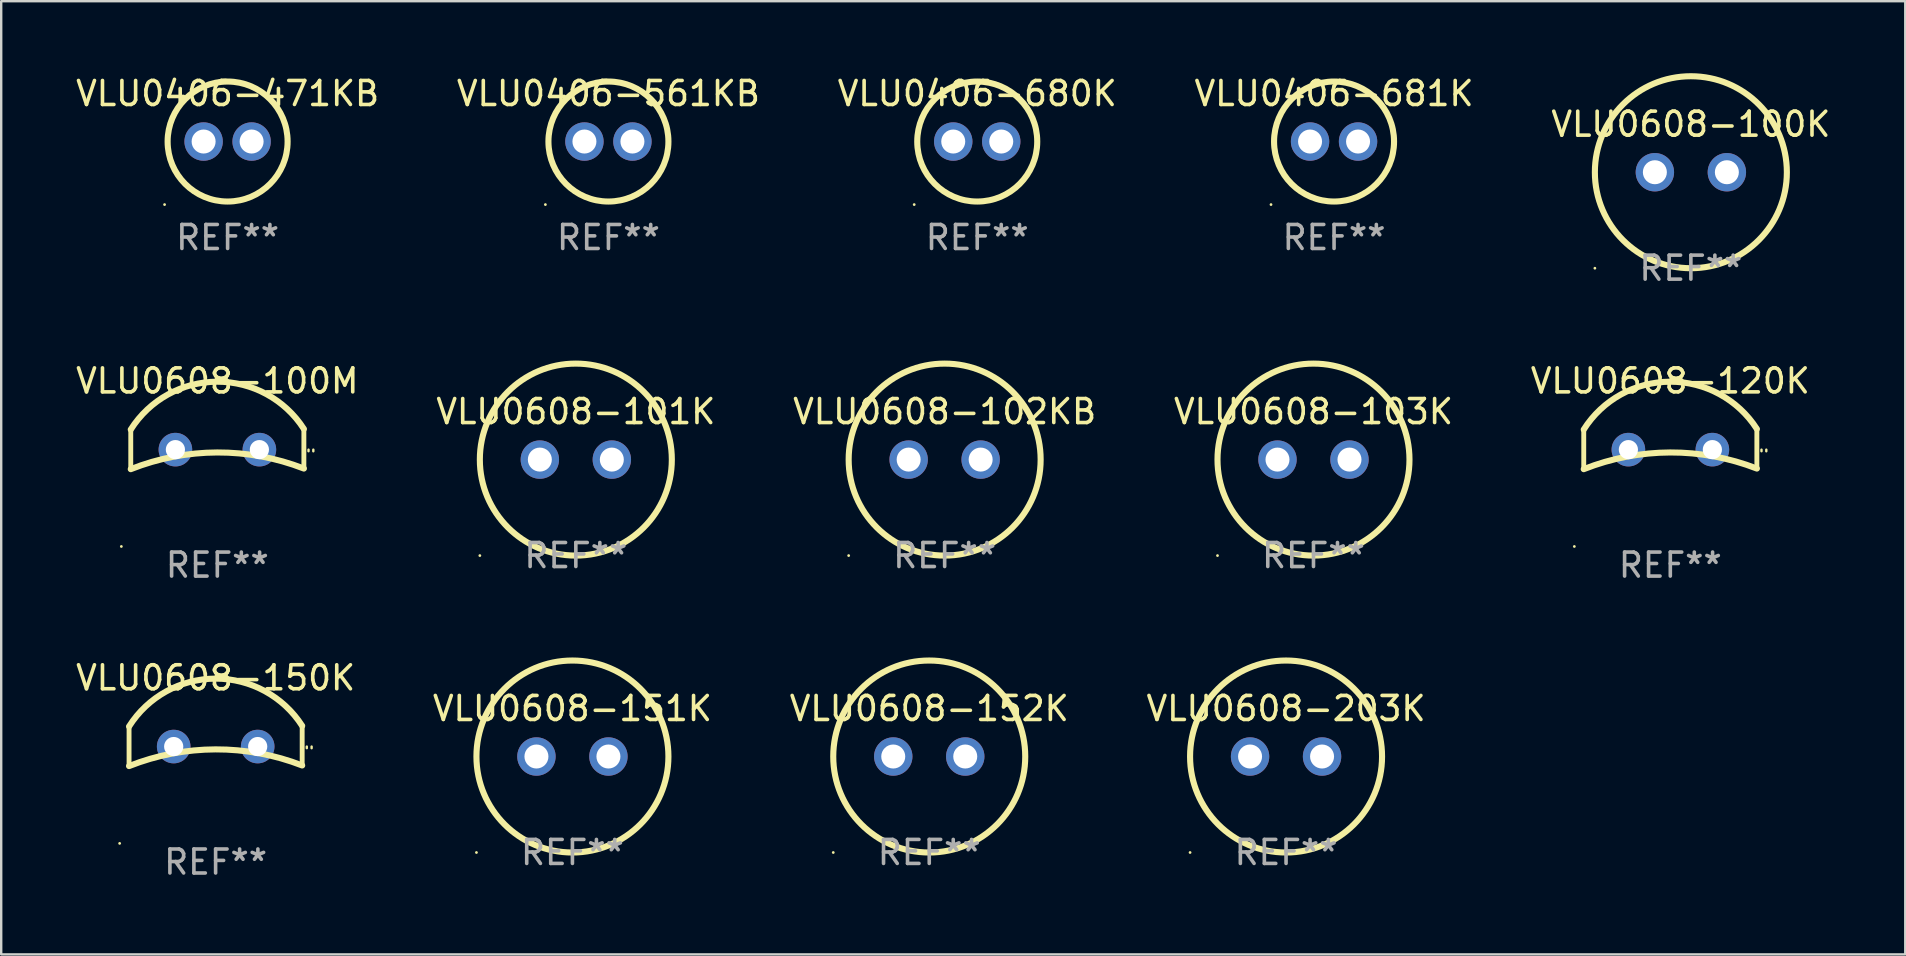
<source format=kicad_pcb>
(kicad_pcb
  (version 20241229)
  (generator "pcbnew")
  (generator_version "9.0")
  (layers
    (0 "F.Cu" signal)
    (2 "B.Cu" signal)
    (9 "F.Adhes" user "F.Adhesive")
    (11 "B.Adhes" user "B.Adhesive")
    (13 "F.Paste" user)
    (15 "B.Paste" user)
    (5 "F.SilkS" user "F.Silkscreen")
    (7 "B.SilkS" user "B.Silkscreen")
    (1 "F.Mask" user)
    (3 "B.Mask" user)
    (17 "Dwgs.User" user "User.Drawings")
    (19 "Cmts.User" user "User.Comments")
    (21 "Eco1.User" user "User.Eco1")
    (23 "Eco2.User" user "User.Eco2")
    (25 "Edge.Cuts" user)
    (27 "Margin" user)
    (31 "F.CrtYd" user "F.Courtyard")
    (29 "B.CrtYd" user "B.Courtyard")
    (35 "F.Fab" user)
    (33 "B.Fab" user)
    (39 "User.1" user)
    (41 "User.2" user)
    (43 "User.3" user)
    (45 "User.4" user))
  (footprint "VLU0608-151K"
    (layer "F.Cu")
    (at 20.804 28.475)
    (property "Reference" "VLU0608-151K" (at 0 -2 0) (layer "F.SilkS") (effects (font (size 1 1) (thickness 0.15))))
    (attr through_hole)
    (fp_circle (center -4 4) (end -3.97 4) (stroke (width 0.06) (type solid)) (fill no) (layer "F.SilkS"))
    (fp_circle (center -0.000127 0) (end 4 0) (stroke (width 0.254) (type solid)) (fill no) (layer "F.SilkS"))
    (fp_text user "REF**" (at 0 4 0) (layer "F.Fab") (effects (font (size 1 1) (thickness 0.15))))
    (pad "1" thru_hole circle (at -1.5 0) (size 1.6 1.6) (drill 1) (layers "*.Cu" "*.Mask"))
    (pad "2" thru_hole circle (at 1.5 0) (size 1.6 1.6) (drill 1) (layers "*.Cu" "*.Mask")))
  (footprint "VLU0608-102KB"
    (layer "F.Cu")
    (at 36.315 16.102)
    (property "Reference" "VLU0608-102KB" (at 0 -2 0) (layer "F.SilkS") (effects (font (size 1 1) (thickness 0.15))))
    (attr through_hole)
    (fp_circle (center -4 4) (end -3.97 4) (stroke (width 0.06) (type solid)) (fill no) (layer "F.SilkS"))
    (fp_circle (center -0.000127 0) (end 4 0) (stroke (width 0.254) (type solid)) (fill no) (layer "F.SilkS"))
    (fp_text user "REF**" (at 0 4 0) (layer "F.Fab") (effects (font (size 1 1) (thickness 0.15))))
    (pad "1" thru_hole circle (at -1.5 0) (size 1.6 1.6) (drill 1) (layers "*.Cu" "*.Mask"))
    (pad "2" thru_hole circle (at 1.5 0) (size 1.6 1.6) (drill 1) (layers "*.Cu" "*.Mask")))
  (footprint "VLU0608-103K"
    (layer "F.Cu")
    (at 51.685 16.102)
    (property "Reference" "VLU0608-103K" (at 0 -2 0) (layer "F.SilkS") (effects (font (size 1 1) (thickness 0.15))))
    (attr through_hole)
    (fp_circle (center -4 4) (end -3.97 4) (stroke (width 0.06) (type solid)) (fill no) (layer "F.SilkS"))
    (fp_circle (center -0.000127 0) (end 4 0) (stroke (width 0.254) (type solid)) (fill no) (layer "F.SilkS"))
    (fp_text user "REF**" (at 0 4 0) (layer "F.Fab") (effects (font (size 1 1) (thickness 0.15))))
    (pad "1" thru_hole circle (at -1.5 0) (size 1.6 1.6) (drill 1) (layers "*.Cu" "*.Mask"))
    (pad "2" thru_hole circle (at 1.5 0) (size 1.6 1.6) (drill 1) (layers "*.Cu" "*.Mask")))
  (footprint "VLU0608-100M"
    (layer "F.Cu")
    (at 6.006 15.662)
    (property "Reference" "VLU0608-100M" (at 0 -2.838 0) (layer "F.SilkS") (effects (font (size 1 1) (thickness 0.15))))
    (attr through_hole)
    (fp_line (start -3.607 0.838) (end -3.607 -0.813) (stroke (width 0.203) (type solid)) (layer "F.SilkS"))
    (fp_line (start 3.607 0.813) (end 3.607 -0.838) (stroke (width 0.203) (type solid)) (layer "F.SilkS"))
    (fp_arc (start -3.606756 -0.812802) (mid -0.006923 -2.80605) (end 3.606858 -0.838202) (stroke (width 0.254001) (type solid)) (layer "F.SilkS"))
    (fp_arc (start -3.606756 0.838202) (mid -0.002352 0.142946) (end 3.606858 0.812802) (stroke (width 0.254001) (type solid)) (layer "F.SilkS"))
    (fp_arc (start 3.799898 0.09144) (mid 3.799756 0.05842) (end 3.799898 0.0254) (stroke (width 0.1) (type solid)) (layer "F.SilkS"))
    (fp_arc (start 4.000559 0.09398) (mid 4.000413 0.05969) (end 4.000559 0.0254) (stroke (width 0.1) (type solid)) (layer "F.SilkS"))
    (fp_circle (center -3.999 4.06) (end -3.969 4.06) (stroke (width 0.06) (type solid)) (fill no) (layer "F.SilkS"))
    (fp_text user "REF**" (at 0 4.838 0) (layer "F.Fab") (effects (font (size 1 1) (thickness 0.15))))
    (pad "1" thru_hole circle (at -1.747 0.025) (size 1.4 1.4) (drill 0.8) (layers "*.Cu" "*.Mask"))
    (pad "2" thru_hole circle (at 1.753 0.025) (size 1.4 1.4) (drill 0.8) (layers "*.Cu" "*.Mask")))
  (footprint "VLU0608-152K"
    (layer "F.Cu")
    (at 35.673 28.475)
    (property "Reference" "VLU0608-152K" (at 0 -2 0) (layer "F.SilkS") (effects (font (size 1 1) (thickness 0.15))))
    (attr through_hole)
    (fp_circle (center -4 4) (end -3.97 4) (stroke (width 0.06) (type solid)) (fill no) (layer "F.SilkS"))
    (fp_circle (center -0.000127 0) (end 4 0) (stroke (width 0.254) (type solid)) (fill no) (layer "F.SilkS"))
    (fp_text user "REF**" (at 0 4 0) (layer "F.Fab") (effects (font (size 1 1) (thickness 0.15))))
    (pad "1" thru_hole circle (at -1.5 0) (size 1.6 1.6) (drill 1) (layers "*.Cu" "*.Mask"))
    (pad "2" thru_hole circle (at 1.5 0) (size 1.6 1.6) (drill 1) (layers "*.Cu" "*.Mask")))
  (footprint "VLU0608-203K"
    (layer "F.Cu")
    (at 50.542 28.475)
    (property "Reference" "VLU0608-203K" (at 0 -2 0) (layer "F.SilkS") (effects (font (size 1 1) (thickness 0.15))))
    (attr through_hole)
    (fp_circle (center -4 4) (end -3.97 4) (stroke (width 0.06) (type solid)) (fill no) (layer "F.SilkS"))
    (fp_circle (center -0.000127 0) (end 4 0) (stroke (width 0.254) (type solid)) (fill no) (layer "F.SilkS"))
    (fp_text user "REF**" (at 0 4 0) (layer "F.Fab") (effects (font (size 1 1) (thickness 0.15))))
    (pad "1" thru_hole circle (at -1.5 0) (size 1.6 1.6) (drill 1) (layers "*.Cu" "*.Mask"))
    (pad "2" thru_hole circle (at 1.5 0) (size 1.6 1.6) (drill 1) (layers "*.Cu" "*.Mask")))
  (footprint "VLU0406-680K"
    (layer "F.Cu")
    (at 37.673 2.848)
    (property "Reference" "VLU0406-680K" (at 0 -2 0) (layer "F.SilkS") (effects (font (size 1 1) (thickness 0.15))))
    (attr through_hole)
    (fp_circle (center -2.627 2.627) (end -2.597 2.627) (stroke (width 0.06) (type solid)) (fill no) (layer "F.SilkS"))
    (fp_circle (center 0 0) (end 2.5 0) (stroke (width 0.254) (type solid)) (fill no) (layer "F.SilkS"))
    (fp_text user "REF**" (at 0 4 0) (layer "F.Fab") (effects (font (size 1 1) (thickness 0.15))))
    (pad "1" thru_hole circle (at -1 0) (size 1.6 1.6) (drill 1) (layers "*.Cu" "*.Mask"))
    (pad "2" thru_hole circle (at 1 0) (size 1.6 1.6) (drill 1) (layers "*.Cu" "*.Mask")))
  (footprint "VLU0406-561KB"
    (layer "F.Cu")
    (at 22.304 2.848)
    (property "Reference" "VLU0406-561KB" (at 0 -2 0) (layer "F.SilkS") (effects (font (size 1 1) (thickness 0.15))))
    (attr through_hole)
    (fp_circle (center -2.627 2.627) (end -2.597 2.627) (stroke (width 0.06) (type solid)) (fill no) (layer "F.SilkS"))
    (fp_circle (center 0 0) (end 2.5 0) (stroke (width 0.254) (type solid)) (fill no) (layer "F.SilkS"))
    (fp_text user "REF**" (at 0 4 0) (layer "F.Fab") (effects (font (size 1 1) (thickness 0.15))))
    (pad "1" thru_hole circle (at -1 0) (size 1.6 1.6) (drill 1) (layers "*.Cu" "*.Mask"))
    (pad "2" thru_hole circle (at 1 0) (size 1.6 1.6) (drill 1) (layers "*.Cu" "*.Mask")))
  (footprint "VLU0406-681K"
    (layer "F.Cu")
    (at 52.542 2.848)
    (property "Reference" "VLU0406-681K" (at 0 -2 0) (layer "F.SilkS") (effects (font (size 1 1) (thickness 0.15))))
    (attr through_hole)
    (fp_circle (center -2.627 2.627) (end -2.597 2.627) (stroke (width 0.06) (type solid)) (fill no) (layer "F.SilkS"))
    (fp_circle (center 0 0) (end 2.5 0) (stroke (width 0.254) (type solid)) (fill no) (layer "F.SilkS"))
    (fp_text user "REF**" (at 0 4 0) (layer "F.Fab") (effects (font (size 1 1) (thickness 0.15))))
    (pad "1" thru_hole circle (at -1 0) (size 1.6 1.6) (drill 1) (layers "*.Cu" "*.Mask"))
    (pad "2" thru_hole circle (at 1 0) (size 1.6 1.6) (drill 1) (layers "*.Cu" "*.Mask")))
  (footprint "VLU0608-120K"
    (layer "F.Cu")
    (at 66.554 15.662)
    (property "Reference" "VLU0608-120K" (at 0 -2.838 0) (layer "F.SilkS") (effects (font (size 1 1) (thickness 0.15))))
    (attr through_hole)
    (fp_line (start -3.607 0.838) (end -3.607 -0.813) (stroke (width 0.203) (type solid)) (layer "F.SilkS"))
    (fp_line (start 3.607 0.813) (end 3.607 -0.838) (stroke (width 0.203) (type solid)) (layer "F.SilkS"))
    (fp_arc (start -3.606756 -0.812802) (mid -0.006923 -2.80605) (end 3.606858 -0.838202) (stroke (width 0.254001) (type solid)) (layer "F.SilkS"))
    (fp_arc (start -3.606756 0.838202) (mid -0.002352 0.142946) (end 3.606858 0.812802) (stroke (width 0.254001) (type solid)) (layer "F.SilkS"))
    (fp_arc (start 3.799898 0.09144) (mid 3.799756 0.05842) (end 3.799898 0.0254) (stroke (width 0.1) (type solid)) (layer "F.SilkS"))
    (fp_arc (start 4.000559 0.09398) (mid 4.000413 0.05969) (end 4.000559 0.0254) (stroke (width 0.1) (type solid)) (layer "F.SilkS"))
    (fp_circle (center -3.999 4.06) (end -3.969 4.06) (stroke (width 0.06) (type solid)) (fill no) (layer "F.SilkS"))
    (fp_text user "REF**" (at 0 4.838 0) (layer "F.Fab") (effects (font (size 1 1) (thickness 0.15))))
    (pad "1" thru_hole circle (at -1.747 0.025) (size 1.4 1.4) (drill 0.8) (layers "*.Cu" "*.Mask"))
    (pad "2" thru_hole circle (at 1.753 0.025) (size 1.4 1.4) (drill 0.8) (layers "*.Cu" "*.Mask")))
  (footprint "VLU0608-100K"
    (layer "F.Cu")
    (at 67.411 4.127)
    (property "Reference" "VLU0608-100K" (at 0 -2 0) (layer "F.SilkS") (effects (font (size 1 1) (thickness 0.15))))
    (attr through_hole)
    (fp_circle (center -4 4) (end -3.97 4) (stroke (width 0.06) (type solid)) (fill no) (layer "F.SilkS"))
    (fp_circle (center -0.000127 0) (end 4 0) (stroke (width 0.254) (type solid)) (fill no) (layer "F.SilkS"))
    (fp_text user "REF**" (at 0 4 0) (layer "F.Fab") (effects (font (size 1 1) (thickness 0.15))))
    (pad "1" thru_hole circle (at -1.5 0) (size 1.6 1.6) (drill 1) (layers "*.Cu" "*.Mask"))
    (pad "2" thru_hole circle (at 1.5 0) (size 1.6 1.6) (drill 1) (layers "*.Cu" "*.Mask")))
  (footprint "VLU0406-471KB"
    (layer "F.Cu")
    (at 6.435 2.848)
    (property "Reference" "VLU0406-471KB" (at 0 -2 0) (layer "F.SilkS") (effects (font (size 1 1) (thickness 0.15))))
    (attr through_hole)
    (fp_circle (center -2.627 2.627) (end -2.597 2.627) (stroke (width 0.06) (type solid)) (fill no) (layer "F.SilkS"))
    (fp_circle (center 0 0) (end 2.5 0) (stroke (width 0.254) (type solid)) (fill no) (layer "F.SilkS"))
    (fp_text user "REF**" (at 0 4 0) (layer "F.Fab") (effects (font (size 1 1) (thickness 0.15))))
    (pad "1" thru_hole circle (at -1 0) (size 1.6 1.6) (drill 1) (layers "*.Cu" "*.Mask"))
    (pad "2" thru_hole circle (at 1 0) (size 1.6 1.6) (drill 1) (layers "*.Cu" "*.Mask")))
  (footprint "VLU0608-101K"
    (layer "F.Cu")
    (at 20.946 16.102)
    (property "Reference" "VLU0608-101K" (at 0 -2 0) (layer "F.SilkS") (effects (font (size 1 1) (thickness 0.15))))
    (attr through_hole)
    (fp_circle (center -4 4) (end -3.97 4) (stroke (width 0.06) (type solid)) (fill no) (layer "F.SilkS"))
    (fp_circle (center -0.000127 0) (end 4 0) (stroke (width 0.254) (type solid)) (fill no) (layer "F.SilkS"))
    (fp_text user "REF**" (at 0 4 0) (layer "F.Fab") (effects (font (size 1 1) (thickness 0.15))))
    (pad "1" thru_hole circle (at -1.5 0) (size 1.6 1.6) (drill 1) (layers "*.Cu" "*.Mask"))
    (pad "2" thru_hole circle (at 1.5 0) (size 1.6 1.6) (drill 1) (layers "*.Cu" "*.Mask")))
  (footprint "VLU0608-150K"
    (layer "F.Cu")
    (at 5.935 28.035)
    (property "Reference" "VLU0608-150K" (at 0 -2.838 0) (layer "F.SilkS") (effects (font (size 1 1) (thickness 0.15))))
    (attr through_hole)
    (fp_line (start -3.607 0.838) (end -3.607 -0.813) (stroke (width 0.203) (type solid)) (layer "F.SilkS"))
    (fp_line (start 3.607 0.813) (end 3.607 -0.838) (stroke (width 0.203) (type solid)) (layer "F.SilkS"))
    (fp_arc (start -3.606756 -0.812802) (mid -0.006923 -2.80605) (end 3.606858 -0.838202) (stroke (width 0.254001) (type solid)) (layer "F.SilkS"))
    (fp_arc (start -3.606756 0.838202) (mid -0.002352 0.142946) (end 3.606858 0.812802) (stroke (width 0.254001) (type solid)) (layer "F.SilkS"))
    (fp_arc (start 3.799898 0.09144) (mid 3.799756 0.05842) (end 3.799898 0.0254) (stroke (width 0.1) (type solid)) (layer "F.SilkS"))
    (fp_arc (start 4.000559 0.09398) (mid 4.000413 0.05969) (end 4.000559 0.0254) (stroke (width 0.1) (type solid)) (layer "F.SilkS"))
    (fp_circle (center -3.999 4.06) (end -3.969 4.06) (stroke (width 0.06) (type solid)) (fill no) (layer "F.SilkS"))
    (fp_text user "REF**" (at 0 4.838 0) (layer "F.Fab") (effects (font (size 1 1) (thickness 0.15))))
    (pad "1" thru_hole circle (at -1.747 0.025) (size 1.4 1.4) (drill 0.8) (layers "*.Cu" "*.Mask"))
    (pad "2" thru_hole circle (at 1.753 0.025) (size 1.4 1.4) (drill 0.8) (layers "*.Cu" "*.Mask")))
  (gr_rect
    (start -3 -3)
    (end 76.345 36.721)
    (stroke (width 0.1) (type default))
    (fill no)
    (layer "Edge.Cuts")))
</source>
